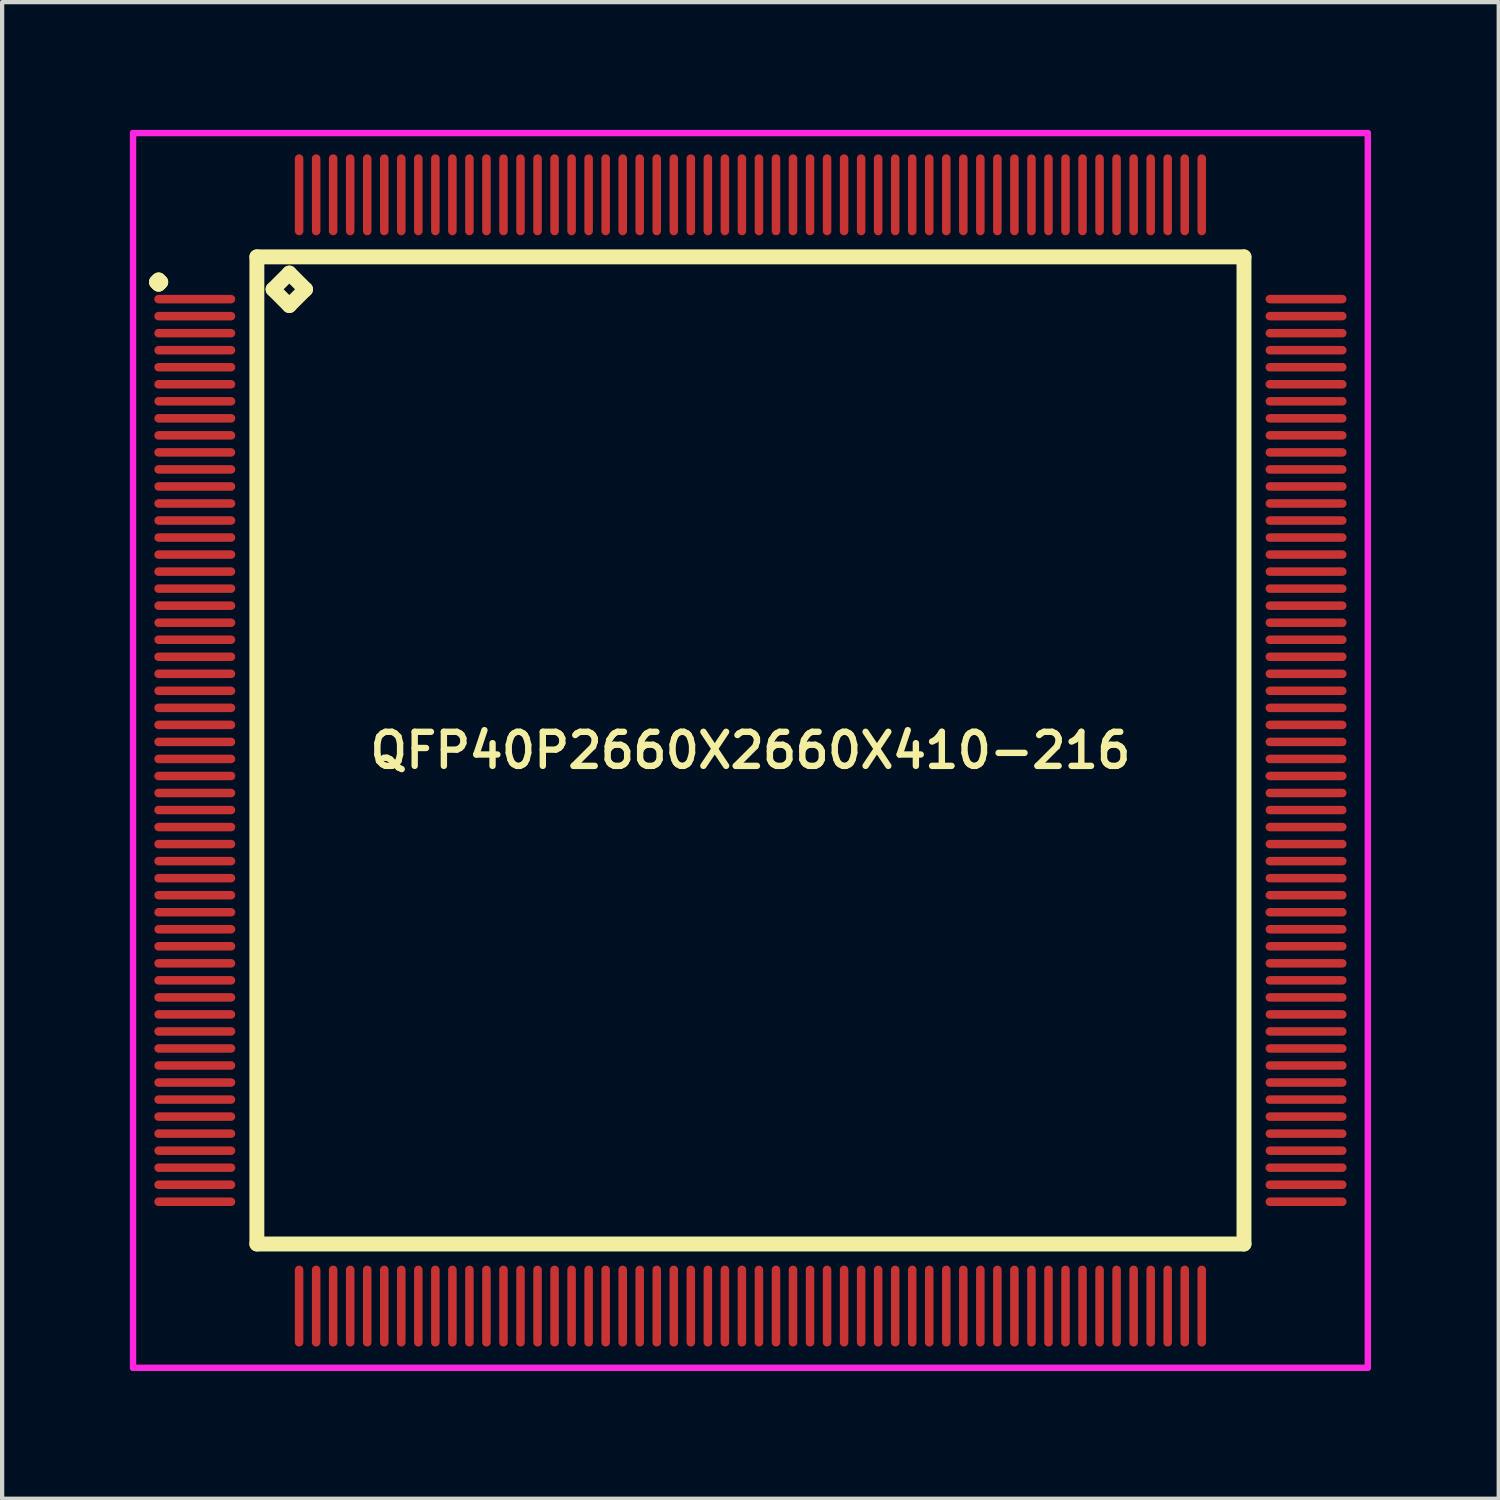
<source format=kicad_pcb>
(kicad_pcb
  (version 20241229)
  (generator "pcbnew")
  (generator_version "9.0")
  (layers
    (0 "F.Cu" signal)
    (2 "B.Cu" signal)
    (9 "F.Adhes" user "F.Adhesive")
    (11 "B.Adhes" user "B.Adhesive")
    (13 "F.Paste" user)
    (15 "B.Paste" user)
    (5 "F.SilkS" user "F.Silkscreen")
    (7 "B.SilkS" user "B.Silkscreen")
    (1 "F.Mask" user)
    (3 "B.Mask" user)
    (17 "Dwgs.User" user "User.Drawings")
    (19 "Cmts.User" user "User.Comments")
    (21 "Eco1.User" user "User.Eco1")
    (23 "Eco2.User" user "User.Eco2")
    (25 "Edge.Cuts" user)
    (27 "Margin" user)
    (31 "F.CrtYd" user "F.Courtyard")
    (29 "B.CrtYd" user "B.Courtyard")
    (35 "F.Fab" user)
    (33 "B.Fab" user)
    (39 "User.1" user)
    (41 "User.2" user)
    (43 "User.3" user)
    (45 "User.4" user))
  (footprint "QFP40P2660X2660X410-216"
    (layer "F.Cu")
    (at 14.575 14.575)
    (property "Reference" "QFP40P2660X2660X410-216" (at 0 0 0) (layer "F.SilkS") (effects (font (size 0.8 0.8) (thickness 0.15))))
    (attr smd)
    (fp_line (start -13.95 -11) (end -13.9 -11.05) (stroke (width 0.35) (type solid)) (layer "F.SilkS"))
    (fp_line (start -13.9 -11.05) (end -13.85 -11) (stroke (width 0.35) (type solid)) (layer "F.SilkS"))
    (fp_line (start -13.9 -10.95) (end -13.95 -11) (stroke (width 0.35) (type solid)) (layer "F.SilkS"))
    (fp_line (start -13.85 -11) (end -13.9 -10.95) (stroke (width 0.35) (type solid)) (layer "F.SilkS"))
    (fp_line (start -11.592 -11.592) (end -11.592 11.592) (stroke (width 0.35) (type solid)) (layer "F.SilkS"))
    (fp_line (start -11.592 11.592) (end 11.592 11.592) (stroke (width 0.35) (type solid)) (layer "F.SilkS"))
    (fp_line (start -11.211 -10.83) (end -10.83 -11.211) (stroke (width 0.35) (type solid)) (layer "F.SilkS"))
    (fp_line (start -10.83 -11.211) (end -10.449 -10.83) (stroke (width 0.35) (type solid)) (layer "F.SilkS"))
    (fp_line (start -10.83 -10.449) (end -11.211 -10.83) (stroke (width 0.35) (type solid)) (layer "F.SilkS"))
    (fp_line (start -10.449 -10.83) (end -10.83 -10.449) (stroke (width 0.35) (type solid)) (layer "F.SilkS"))
    (fp_line (start 11.592 -11.592) (end -11.592 -11.592) (stroke (width 0.35) (type solid)) (layer "F.SilkS"))
    (fp_line (start 11.592 11.592) (end 11.592 -11.592) (stroke (width 0.35) (type solid)) (layer "F.SilkS"))
    (fp_line (start -14.5 -14.5) (end 14.5 -14.5) (stroke (width 0.15) (type solid)) (layer "F.CrtYd"))
    (fp_line (start -14.5 14.5) (end -14.5 -14.5) (stroke (width 0.15) (type solid)) (layer "F.CrtYd"))
    (fp_line (start 14.5 -14.5) (end 14.5 14.5) (stroke (width 0.15) (type solid)) (layer "F.CrtYd"))
    (fp_line (start 14.5 14.5) (end -14.5 14.5) (stroke (width 0.15) (type solid)) (layer "F.CrtYd"))
    (pad "1" smd oval (at -13.05 -10.6) (size 1.9 0.2) (layers "F.Cu" "F.Mask" "F.Paste"))
    (pad "2" smd oval (at -13.05 -10.2) (size 1.9 0.2) (layers "F.Cu" "F.Mask" "F.Paste"))
    (pad "3" smd oval (at -13.05 -9.8) (size 1.9 0.2) (layers "F.Cu" "F.Mask" "F.Paste"))
    (pad "4" smd oval (at -13.05 -9.4) (size 1.9 0.2) (layers "F.Cu" "F.Mask" "F.Paste"))
    (pad "5" smd oval (at -13.05 -9) (size 1.9 0.2) (layers "F.Cu" "F.Mask" "F.Paste"))
    (pad "6" smd oval (at -13.05 -8.6) (size 1.9 0.2) (layers "F.Cu" "F.Mask" "F.Paste"))
    (pad "7" smd oval (at -13.05 -8.2) (size 1.9 0.2) (layers "F.Cu" "F.Mask" "F.Paste"))
    (pad "8" smd oval (at -13.05 -7.8) (size 1.9 0.2) (layers "F.Cu" "F.Mask" "F.Paste"))
    (pad "9" smd oval (at -13.05 -7.4) (size 1.9 0.2) (layers "F.Cu" "F.Mask" "F.Paste"))
    (pad "10" smd oval (at -13.05 -7) (size 1.9 0.2) (layers "F.Cu" "F.Mask" "F.Paste"))
    (pad "11" smd oval (at -13.05 -6.6) (size 1.9 0.2) (layers "F.Cu" "F.Mask" "F.Paste"))
    (pad "12" smd oval (at -13.05 -6.2) (size 1.9 0.2) (layers "F.Cu" "F.Mask" "F.Paste"))
    (pad "13" smd oval (at -13.05 -5.8) (size 1.9 0.2) (layers "F.Cu" "F.Mask" "F.Paste"))
    (pad "14" smd oval (at -13.05 -5.4) (size 1.9 0.2) (layers "F.Cu" "F.Mask" "F.Paste"))
    (pad "15" smd oval (at -13.05 -5) (size 1.9 0.2) (layers "F.Cu" "F.Mask" "F.Paste"))
    (pad "16" smd oval (at -13.05 -4.6) (size 1.9 0.2) (layers "F.Cu" "F.Mask" "F.Paste"))
    (pad "17" smd oval (at -13.05 -4.2) (size 1.9 0.2) (layers "F.Cu" "F.Mask" "F.Paste"))
    (pad "18" smd oval (at -13.05 -3.8) (size 1.9 0.2) (layers "F.Cu" "F.Mask" "F.Paste"))
    (pad "19" smd oval (at -13.05 -3.4) (size 1.9 0.2) (layers "F.Cu" "F.Mask" "F.Paste"))
    (pad "20" smd oval (at -13.05 -3) (size 1.9 0.2) (layers "F.Cu" "F.Mask" "F.Paste"))
    (pad "21" smd oval (at -13.05 -2.6) (size 1.9 0.2) (layers "F.Cu" "F.Mask" "F.Paste"))
    (pad "22" smd oval (at -13.05 -2.2) (size 1.9 0.2) (layers "F.Cu" "F.Mask" "F.Paste"))
    (pad "23" smd oval (at -13.05 -1.8) (size 1.9 0.2) (layers "F.Cu" "F.Mask" "F.Paste"))
    (pad "24" smd oval (at -13.05 -1.4) (size 1.9 0.2) (layers "F.Cu" "F.Mask" "F.Paste"))
    (pad "25" smd oval (at -13.05 -1) (size 1.9 0.2) (layers "F.Cu" "F.Mask" "F.Paste"))
    (pad "26" smd oval (at -13.05 -0.6) (size 1.9 0.2) (layers "F.Cu" "F.Mask" "F.Paste"))
    (pad "27" smd oval (at -13.05 -0.2) (size 1.9 0.2) (layers "F.Cu" "F.Mask" "F.Paste"))
    (pad "28" smd oval (at -13.05 0.2) (size 1.9 0.2) (layers "F.Cu" "F.Mask" "F.Paste"))
    (pad "29" smd oval (at -13.05 0.6) (size 1.9 0.2) (layers "F.Cu" "F.Mask" "F.Paste"))
    (pad "30" smd oval (at -13.05 1) (size 1.9 0.2) (layers "F.Cu" "F.Mask" "F.Paste"))
    (pad "31" smd oval (at -13.05 1.4) (size 1.9 0.2) (layers "F.Cu" "F.Mask" "F.Paste"))
    (pad "32" smd oval (at -13.05 1.8) (size 1.9 0.2) (layers "F.Cu" "F.Mask" "F.Paste"))
    (pad "33" smd oval (at -13.05 2.2) (size 1.9 0.2) (layers "F.Cu" "F.Mask" "F.Paste"))
    (pad "34" smd oval (at -13.05 2.6) (size 1.9 0.2) (layers "F.Cu" "F.Mask" "F.Paste"))
    (pad "35" smd oval (at -13.05 3) (size 1.9 0.2) (layers "F.Cu" "F.Mask" "F.Paste"))
    (pad "36" smd oval (at -13.05 3.4) (size 1.9 0.2) (layers "F.Cu" "F.Mask" "F.Paste"))
    (pad "37" smd oval (at -13.05 3.8) (size 1.9 0.2) (layers "F.Cu" "F.Mask" "F.Paste"))
    (pad "38" smd oval (at -13.05 4.2) (size 1.9 0.2) (layers "F.Cu" "F.Mask" "F.Paste"))
    (pad "39" smd oval (at -13.05 4.6) (size 1.9 0.2) (layers "F.Cu" "F.Mask" "F.Paste"))
    (pad "40" smd oval (at -13.05 5) (size 1.9 0.2) (layers "F.Cu" "F.Mask" "F.Paste"))
    (pad "41" smd oval (at -13.05 5.4) (size 1.9 0.2) (layers "F.Cu" "F.Mask" "F.Paste"))
    (pad "42" smd oval (at -13.05 5.8) (size 1.9 0.2) (layers "F.Cu" "F.Mask" "F.Paste"))
    (pad "43" smd oval (at -13.05 6.2) (size 1.9 0.2) (layers "F.Cu" "F.Mask" "F.Paste"))
    (pad "44" smd oval (at -13.05 6.6) (size 1.9 0.2) (layers "F.Cu" "F.Mask" "F.Paste"))
    (pad "45" smd oval (at -13.05 7) (size 1.9 0.2) (layers "F.Cu" "F.Mask" "F.Paste"))
    (pad "46" smd oval (at -13.05 7.4) (size 1.9 0.2) (layers "F.Cu" "F.Mask" "F.Paste"))
    (pad "47" smd oval (at -13.05 7.8) (size 1.9 0.2) (layers "F.Cu" "F.Mask" "F.Paste"))
    (pad "48" smd oval (at -13.05 8.2) (size 1.9 0.2) (layers "F.Cu" "F.Mask" "F.Paste"))
    (pad "49" smd oval (at -13.05 8.6) (size 1.9 0.2) (layers "F.Cu" "F.Mask" "F.Paste"))
    (pad "50" smd oval (at -13.05 9) (size 1.9 0.2) (layers "F.Cu" "F.Mask" "F.Paste"))
    (pad "51" smd oval (at -13.05 9.4) (size 1.9 0.2) (layers "F.Cu" "F.Mask" "F.Paste"))
    (pad "52" smd oval (at -13.05 9.8) (size 1.9 0.2) (layers "F.Cu" "F.Mask" "F.Paste"))
    (pad "53" smd oval (at -13.05 10.2) (size 1.9 0.2) (layers "F.Cu" "F.Mask" "F.Paste"))
    (pad "54" smd oval (at -13.05 10.6) (size 1.9 0.2) (layers "F.Cu" "F.Mask" "F.Paste"))
    (pad "55" smd oval (at -10.6 13.05) (size 0.2 1.9) (layers "F.Cu" "F.Mask" "F.Paste"))
    (pad "56" smd oval (at -10.2 13.05) (size 0.2 1.9) (layers "F.Cu" "F.Mask" "F.Paste"))
    (pad "57" smd oval (at -9.8 13.05) (size 0.2 1.9) (layers "F.Cu" "F.Mask" "F.Paste"))
    (pad "58" smd oval (at -9.4 13.05) (size 0.2 1.9) (layers "F.Cu" "F.Mask" "F.Paste"))
    (pad "59" smd oval (at -9 13.05) (size 0.2 1.9) (layers "F.Cu" "F.Mask" "F.Paste"))
    (pad "60" smd oval (at -8.6 13.05) (size 0.2 1.9) (layers "F.Cu" "F.Mask" "F.Paste"))
    (pad "61" smd oval (at -8.2 13.05) (size 0.2 1.9) (layers "F.Cu" "F.Mask" "F.Paste"))
    (pad "62" smd oval (at -7.8 13.05) (size 0.2 1.9) (layers "F.Cu" "F.Mask" "F.Paste"))
    (pad "63" smd oval (at -7.4 13.05) (size 0.2 1.9) (layers "F.Cu" "F.Mask" "F.Paste"))
    (pad "64" smd oval (at -7 13.05) (size 0.2 1.9) (layers "F.Cu" "F.Mask" "F.Paste"))
    (pad "65" smd oval (at -6.6 13.05) (size 0.2 1.9) (layers "F.Cu" "F.Mask" "F.Paste"))
    (pad "66" smd oval (at -6.2 13.05) (size 0.2 1.9) (layers "F.Cu" "F.Mask" "F.Paste"))
    (pad "67" smd oval (at -5.8 13.05) (size 0.2 1.9) (layers "F.Cu" "F.Mask" "F.Paste"))
    (pad "68" smd oval (at -5.4 13.05) (size 0.2 1.9) (layers "F.Cu" "F.Mask" "F.Paste"))
    (pad "69" smd oval (at -5 13.05) (size 0.2 1.9) (layers "F.Cu" "F.Mask" "F.Paste"))
    (pad "70" smd oval (at -4.6 13.05) (size 0.2 1.9) (layers "F.Cu" "F.Mask" "F.Paste"))
    (pad "71" smd oval (at -4.2 13.05) (size 0.2 1.9) (layers "F.Cu" "F.Mask" "F.Paste"))
    (pad "72" smd oval (at -3.8 13.05) (size 0.2 1.9) (layers "F.Cu" "F.Mask" "F.Paste"))
    (pad "73" smd oval (at -3.4 13.05) (size 0.2 1.9) (layers "F.Cu" "F.Mask" "F.Paste"))
    (pad "74" smd oval (at -3 13.05) (size 0.2 1.9) (layers "F.Cu" "F.Mask" "F.Paste"))
    (pad "75" smd oval (at -2.6 13.05) (size 0.2 1.9) (layers "F.Cu" "F.Mask" "F.Paste"))
    (pad "76" smd oval (at -2.2 13.05) (size 0.2 1.9) (layers "F.Cu" "F.Mask" "F.Paste"))
    (pad "77" smd oval (at -1.8 13.05) (size 0.2 1.9) (layers "F.Cu" "F.Mask" "F.Paste"))
    (pad "78" smd oval (at -1.4 13.05) (size 0.2 1.9) (layers "F.Cu" "F.Mask" "F.Paste"))
    (pad "79" smd oval (at -1 13.05) (size 0.2 1.9) (layers "F.Cu" "F.Mask" "F.Paste"))
    (pad "80" smd oval (at -0.6 13.05) (size 0.2 1.9) (layers "F.Cu" "F.Mask" "F.Paste"))
    (pad "81" smd oval (at -0.2 13.05) (size 0.2 1.9) (layers "F.Cu" "F.Mask" "F.Paste"))
    (pad "82" smd oval (at 0.2 13.05) (size 0.2 1.9) (layers "F.Cu" "F.Mask" "F.Paste"))
    (pad "83" smd oval (at 0.6 13.05) (size 0.2 1.9) (layers "F.Cu" "F.Mask" "F.Paste"))
    (pad "84" smd oval (at 1 13.05) (size 0.2 1.9) (layers "F.Cu" "F.Mask" "F.Paste"))
    (pad "85" smd oval (at 1.4 13.05) (size 0.2 1.9) (layers "F.Cu" "F.Mask" "F.Paste"))
    (pad "86" smd oval (at 1.8 13.05) (size 0.2 1.9) (layers "F.Cu" "F.Mask" "F.Paste"))
    (pad "87" smd oval (at 2.2 13.05) (size 0.2 1.9) (layers "F.Cu" "F.Mask" "F.Paste"))
    (pad "88" smd oval (at 2.6 13.05) (size 0.2 1.9) (layers "F.Cu" "F.Mask" "F.Paste"))
    (pad "89" smd oval (at 3 13.05) (size 0.2 1.9) (layers "F.Cu" "F.Mask" "F.Paste"))
    (pad "90" smd oval (at 3.4 13.05) (size 0.2 1.9) (layers "F.Cu" "F.Mask" "F.Paste"))
    (pad "91" smd oval (at 3.8 13.05) (size 0.2 1.9) (layers "F.Cu" "F.Mask" "F.Paste"))
    (pad "92" smd oval (at 4.2 13.05) (size 0.2 1.9) (layers "F.Cu" "F.Mask" "F.Paste"))
    (pad "93" smd oval (at 4.6 13.05) (size 0.2 1.9) (layers "F.Cu" "F.Mask" "F.Paste"))
    (pad "94" smd oval (at 5 13.05) (size 0.2 1.9) (layers "F.Cu" "F.Mask" "F.Paste"))
    (pad "95" smd oval (at 5.4 13.05) (size 0.2 1.9) (layers "F.Cu" "F.Mask" "F.Paste"))
    (pad "96" smd oval (at 5.8 13.05) (size 0.2 1.9) (layers "F.Cu" "F.Mask" "F.Paste"))
    (pad "97" smd oval (at 6.2 13.05) (size 0.2 1.9) (layers "F.Cu" "F.Mask" "F.Paste"))
    (pad "98" smd oval (at 6.6 13.05) (size 0.2 1.9) (layers "F.Cu" "F.Mask" "F.Paste"))
    (pad "99" smd oval (at 7 13.05) (size 0.2 1.9) (layers "F.Cu" "F.Mask" "F.Paste"))
    (pad "100" smd oval (at 7.4 13.05) (size 0.2 1.9) (layers "F.Cu" "F.Mask" "F.Paste"))
    (pad "101" smd oval (at 7.8 13.05) (size 0.2 1.9) (layers "F.Cu" "F.Mask" "F.Paste"))
    (pad "102" smd oval (at 8.2 13.05) (size 0.2 1.9) (layers "F.Cu" "F.Mask" "F.Paste"))
    (pad "103" smd oval (at 8.6 13.05) (size 0.2 1.9) (layers "F.Cu" "F.Mask" "F.Paste"))
    (pad "104" smd oval (at 9 13.05) (size 0.2 1.9) (layers "F.Cu" "F.Mask" "F.Paste"))
    (pad "105" smd oval (at 9.4 13.05) (size 0.2 1.9) (layers "F.Cu" "F.Mask" "F.Paste"))
    (pad "106" smd oval (at 9.8 13.05) (size 0.2 1.9) (layers "F.Cu" "F.Mask" "F.Paste"))
    (pad "107" smd oval (at 10.2 13.05) (size 0.2 1.9) (layers "F.Cu" "F.Mask" "F.Paste"))
    (pad "108" smd oval (at 10.6 13.05) (size 0.2 1.9) (layers "F.Cu" "F.Mask" "F.Paste"))
    (pad "109" smd oval (at 13.05 10.6) (size 1.9 0.2) (layers "F.Cu" "F.Mask" "F.Paste"))
    (pad "110" smd oval (at 13.05 10.2) (size 1.9 0.2) (layers "F.Cu" "F.Mask" "F.Paste"))
    (pad "111" smd oval (at 13.05 9.8) (size 1.9 0.2) (layers "F.Cu" "F.Mask" "F.Paste"))
    (pad "112" smd oval (at 13.05 9.4) (size 1.9 0.2) (layers "F.Cu" "F.Mask" "F.Paste"))
    (pad "113" smd oval (at 13.05 9) (size 1.9 0.2) (layers "F.Cu" "F.Mask" "F.Paste"))
    (pad "114" smd oval (at 13.05 8.6) (size 1.9 0.2) (layers "F.Cu" "F.Mask" "F.Paste"))
    (pad "115" smd oval (at 13.05 8.2) (size 1.9 0.2) (layers "F.Cu" "F.Mask" "F.Paste"))
    (pad "116" smd oval (at 13.05 7.8) (size 1.9 0.2) (layers "F.Cu" "F.Mask" "F.Paste"))
    (pad "117" smd oval (at 13.05 7.4) (size 1.9 0.2) (layers "F.Cu" "F.Mask" "F.Paste"))
    (pad "118" smd oval (at 13.05 7) (size 1.9 0.2) (layers "F.Cu" "F.Mask" "F.Paste"))
    (pad "119" smd oval (at 13.05 6.6) (size 1.9 0.2) (layers "F.Cu" "F.Mask" "F.Paste"))
    (pad "120" smd oval (at 13.05 6.2) (size 1.9 0.2) (layers "F.Cu" "F.Mask" "F.Paste"))
    (pad "121" smd oval (at 13.05 5.8) (size 1.9 0.2) (layers "F.Cu" "F.Mask" "F.Paste"))
    (pad "122" smd oval (at 13.05 5.4) (size 1.9 0.2) (layers "F.Cu" "F.Mask" "F.Paste"))
    (pad "123" smd oval (at 13.05 5) (size 1.9 0.2) (layers "F.Cu" "F.Mask" "F.Paste"))
    (pad "124" smd oval (at 13.05 4.6) (size 1.9 0.2) (layers "F.Cu" "F.Mask" "F.Paste"))
    (pad "125" smd oval (at 13.05 4.2) (size 1.9 0.2) (layers "F.Cu" "F.Mask" "F.Paste"))
    (pad "126" smd oval (at 13.05 3.8) (size 1.9 0.2) (layers "F.Cu" "F.Mask" "F.Paste"))
    (pad "127" smd oval (at 13.05 3.4) (size 1.9 0.2) (layers "F.Cu" "F.Mask" "F.Paste"))
    (pad "128" smd oval (at 13.05 3) (size 1.9 0.2) (layers "F.Cu" "F.Mask" "F.Paste"))
    (pad "129" smd oval (at 13.05 2.6) (size 1.9 0.2) (layers "F.Cu" "F.Mask" "F.Paste"))
    (pad "130" smd oval (at 13.05 2.2) (size 1.9 0.2) (layers "F.Cu" "F.Mask" "F.Paste"))
    (pad "131" smd oval (at 13.05 1.8) (size 1.9 0.2) (layers "F.Cu" "F.Mask" "F.Paste"))
    (pad "132" smd oval (at 13.05 1.4) (size 1.9 0.2) (layers "F.Cu" "F.Mask" "F.Paste"))
    (pad "133" smd oval (at 13.05 1) (size 1.9 0.2) (layers "F.Cu" "F.Mask" "F.Paste"))
    (pad "134" smd oval (at 13.05 0.6) (size 1.9 0.2) (layers "F.Cu" "F.Mask" "F.Paste"))
    (pad "135" smd oval (at 13.05 0.2) (size 1.9 0.2) (layers "F.Cu" "F.Mask" "F.Paste"))
    (pad "136" smd oval (at 13.05 -0.2) (size 1.9 0.2) (layers "F.Cu" "F.Mask" "F.Paste"))
    (pad "137" smd oval (at 13.05 -0.6) (size 1.9 0.2) (layers "F.Cu" "F.Mask" "F.Paste"))
    (pad "138" smd oval (at 13.05 -1) (size 1.9 0.2) (layers "F.Cu" "F.Mask" "F.Paste"))
    (pad "139" smd oval (at 13.05 -1.4) (size 1.9 0.2) (layers "F.Cu" "F.Mask" "F.Paste"))
    (pad "140" smd oval (at 13.05 -1.8) (size 1.9 0.2) (layers "F.Cu" "F.Mask" "F.Paste"))
    (pad "141" smd oval (at 13.05 -2.2) (size 1.9 0.2) (layers "F.Cu" "F.Mask" "F.Paste"))
    (pad "142" smd oval (at 13.05 -2.6) (size 1.9 0.2) (layers "F.Cu" "F.Mask" "F.Paste"))
    (pad "143" smd oval (at 13.05 -3) (size 1.9 0.2) (layers "F.Cu" "F.Mask" "F.Paste"))
    (pad "144" smd oval (at 13.05 -3.4) (size 1.9 0.2) (layers "F.Cu" "F.Mask" "F.Paste"))
    (pad "145" smd oval (at 13.05 -3.8) (size 1.9 0.2) (layers "F.Cu" "F.Mask" "F.Paste"))
    (pad "146" smd oval (at 13.05 -4.2) (size 1.9 0.2) (layers "F.Cu" "F.Mask" "F.Paste"))
    (pad "147" smd oval (at 13.05 -4.6) (size 1.9 0.2) (layers "F.Cu" "F.Mask" "F.Paste"))
    (pad "148" smd oval (at 13.05 -5) (size 1.9 0.2) (layers "F.Cu" "F.Mask" "F.Paste"))
    (pad "149" smd oval (at 13.05 -5.4) (size 1.9 0.2) (layers "F.Cu" "F.Mask" "F.Paste"))
    (pad "150" smd oval (at 13.05 -5.8) (size 1.9 0.2) (layers "F.Cu" "F.Mask" "F.Paste"))
    (pad "151" smd oval (at 13.05 -6.2) (size 1.9 0.2) (layers "F.Cu" "F.Mask" "F.Paste"))
    (pad "152" smd oval (at 13.05 -6.6) (size 1.9 0.2) (layers "F.Cu" "F.Mask" "F.Paste"))
    (pad "153" smd oval (at 13.05 -7) (size 1.9 0.2) (layers "F.Cu" "F.Mask" "F.Paste"))
    (pad "154" smd oval (at 13.05 -7.4) (size 1.9 0.2) (layers "F.Cu" "F.Mask" "F.Paste"))
    (pad "155" smd oval (at 13.05 -7.8) (size 1.9 0.2) (layers "F.Cu" "F.Mask" "F.Paste"))
    (pad "156" smd oval (at 13.05 -8.2) (size 1.9 0.2) (layers "F.Cu" "F.Mask" "F.Paste"))
    (pad "157" smd oval (at 13.05 -8.6) (size 1.9 0.2) (layers "F.Cu" "F.Mask" "F.Paste"))
    (pad "158" smd oval (at 13.05 -9) (size 1.9 0.2) (layers "F.Cu" "F.Mask" "F.Paste"))
    (pad "159" smd oval (at 13.05 -9.4) (size 1.9 0.2) (layers "F.Cu" "F.Mask" "F.Paste"))
    (pad "160" smd oval (at 13.05 -9.8) (size 1.9 0.2) (layers "F.Cu" "F.Mask" "F.Paste"))
    (pad "161" smd oval (at 13.05 -10.2) (size 1.9 0.2) (layers "F.Cu" "F.Mask" "F.Paste"))
    (pad "162" smd oval (at 13.05 -10.6) (size 1.9 0.2) (layers "F.Cu" "F.Mask" "F.Paste"))
    (pad "163" smd oval (at 10.6 -13.05) (size 0.2 1.9) (layers "F.Cu" "F.Mask" "F.Paste"))
    (pad "164" smd oval (at 10.2 -13.05) (size 0.2 1.9) (layers "F.Cu" "F.Mask" "F.Paste"))
    (pad "165" smd oval (at 9.8 -13.05) (size 0.2 1.9) (layers "F.Cu" "F.Mask" "F.Paste"))
    (pad "166" smd oval (at 9.4 -13.05) (size 0.2 1.9) (layers "F.Cu" "F.Mask" "F.Paste"))
    (pad "167" smd oval (at 9 -13.05) (size 0.2 1.9) (layers "F.Cu" "F.Mask" "F.Paste"))
    (pad "168" smd oval (at 8.6 -13.05) (size 0.2 1.9) (layers "F.Cu" "F.Mask" "F.Paste"))
    (pad "169" smd oval (at 8.2 -13.05) (size 0.2 1.9) (layers "F.Cu" "F.Mask" "F.Paste"))
    (pad "170" smd oval (at 7.8 -13.05) (size 0.2 1.9) (layers "F.Cu" "F.Mask" "F.Paste"))
    (pad "171" smd oval (at 7.4 -13.05) (size 0.2 1.9) (layers "F.Cu" "F.Mask" "F.Paste"))
    (pad "172" smd oval (at 7 -13.05) (size 0.2 1.9) (layers "F.Cu" "F.Mask" "F.Paste"))
    (pad "173" smd oval (at 6.6 -13.05) (size 0.2 1.9) (layers "F.Cu" "F.Mask" "F.Paste"))
    (pad "174" smd oval (at 6.2 -13.05) (size 0.2 1.9) (layers "F.Cu" "F.Mask" "F.Paste"))
    (pad "175" smd oval (at 5.8 -13.05) (size 0.2 1.9) (layers "F.Cu" "F.Mask" "F.Paste"))
    (pad "176" smd oval (at 5.4 -13.05) (size 0.2 1.9) (layers "F.Cu" "F.Mask" "F.Paste"))
    (pad "177" smd oval (at 5 -13.05) (size 0.2 1.9) (layers "F.Cu" "F.Mask" "F.Paste"))
    (pad "178" smd oval (at 4.6 -13.05) (size 0.2 1.9) (layers "F.Cu" "F.Mask" "F.Paste"))
    (pad "179" smd oval (at 4.2 -13.05) (size 0.2 1.9) (layers "F.Cu" "F.Mask" "F.Paste"))
    (pad "180" smd oval (at 3.8 -13.05) (size 0.2 1.9) (layers "F.Cu" "F.Mask" "F.Paste"))
    (pad "181" smd oval (at 3.4 -13.05) (size 0.2 1.9) (layers "F.Cu" "F.Mask" "F.Paste"))
    (pad "182" smd oval (at 3 -13.05) (size 0.2 1.9) (layers "F.Cu" "F.Mask" "F.Paste"))
    (pad "183" smd oval (at 2.6 -13.05) (size 0.2 1.9) (layers "F.Cu" "F.Mask" "F.Paste"))
    (pad "184" smd oval (at 2.2 -13.05) (size 0.2 1.9) (layers "F.Cu" "F.Mask" "F.Paste"))
    (pad "185" smd oval (at 1.8 -13.05) (size 0.2 1.9) (layers "F.Cu" "F.Mask" "F.Paste"))
    (pad "186" smd oval (at 1.4 -13.05) (size 0.2 1.9) (layers "F.Cu" "F.Mask" "F.Paste"))
    (pad "187" smd oval (at 1 -13.05) (size 0.2 1.9) (layers "F.Cu" "F.Mask" "F.Paste"))
    (pad "188" smd oval (at 0.6 -13.05) (size 0.2 1.9) (layers "F.Cu" "F.Mask" "F.Paste"))
    (pad "189" smd oval (at 0.2 -13.05) (size 0.2 1.9) (layers "F.Cu" "F.Mask" "F.Paste"))
    (pad "190" smd oval (at -0.2 -13.05) (size 0.2 1.9) (layers "F.Cu" "F.Mask" "F.Paste"))
    (pad "191" smd oval (at -0.6 -13.05) (size 0.2 1.9) (layers "F.Cu" "F.Mask" "F.Paste"))
    (pad "192" smd oval (at -1 -13.05) (size 0.2 1.9) (layers "F.Cu" "F.Mask" "F.Paste"))
    (pad "193" smd oval (at -1.4 -13.05) (size 0.2 1.9) (layers "F.Cu" "F.Mask" "F.Paste"))
    (pad "194" smd oval (at -1.8 -13.05) (size 0.2 1.9) (layers "F.Cu" "F.Mask" "F.Paste"))
    (pad "195" smd oval (at -2.2 -13.05) (size 0.2 1.9) (layers "F.Cu" "F.Mask" "F.Paste"))
    (pad "196" smd oval (at -2.6 -13.05) (size 0.2 1.9) (layers "F.Cu" "F.Mask" "F.Paste"))
    (pad "197" smd oval (at -3 -13.05) (size 0.2 1.9) (layers "F.Cu" "F.Mask" "F.Paste"))
    (pad "198" smd oval (at -3.4 -13.05) (size 0.2 1.9) (layers "F.Cu" "F.Mask" "F.Paste"))
    (pad "199" smd oval (at -3.8 -13.05) (size 0.2 1.9) (layers "F.Cu" "F.Mask" "F.Paste"))
    (pad "200" smd oval (at -4.2 -13.05) (size 0.2 1.9) (layers "F.Cu" "F.Mask" "F.Paste"))
    (pad "201" smd oval (at -4.6 -13.05) (size 0.2 1.9) (layers "F.Cu" "F.Mask" "F.Paste"))
    (pad "202" smd oval (at -5 -13.05) (size 0.2 1.9) (layers "F.Cu" "F.Mask" "F.Paste"))
    (pad "203" smd oval (at -5.4 -13.05) (size 0.2 1.9) (layers "F.Cu" "F.Mask" "F.Paste"))
    (pad "204" smd oval (at -5.8 -13.05) (size 0.2 1.9) (layers "F.Cu" "F.Mask" "F.Paste"))
    (pad "205" smd oval (at -6.2 -13.05) (size 0.2 1.9) (layers "F.Cu" "F.Mask" "F.Paste"))
    (pad "206" smd oval (at -6.6 -13.05) (size 0.2 1.9) (layers "F.Cu" "F.Mask" "F.Paste"))
    (pad "207" smd oval (at -7 -13.05) (size 0.2 1.9) (layers "F.Cu" "F.Mask" "F.Paste"))
    (pad "208" smd oval (at -7.4 -13.05) (size 0.2 1.9) (layers "F.Cu" "F.Mask" "F.Paste"))
    (pad "209" smd oval (at -7.8 -13.05) (size 0.2 1.9) (layers "F.Cu" "F.Mask" "F.Paste"))
    (pad "210" smd oval (at -8.2 -13.05) (size 0.2 1.9) (layers "F.Cu" "F.Mask" "F.Paste"))
    (pad "211" smd oval (at -8.6 -13.05) (size 0.2 1.9) (layers "F.Cu" "F.Mask" "F.Paste"))
    (pad "212" smd oval (at -9 -13.05) (size 0.2 1.9) (layers "F.Cu" "F.Mask" "F.Paste"))
    (pad "213" smd oval (at -9.4 -13.05) (size 0.2 1.9) (layers "F.Cu" "F.Mask" "F.Paste"))
    (pad "214" smd oval (at -9.8 -13.05) (size 0.2 1.9) (layers "F.Cu" "F.Mask" "F.Paste"))
    (pad "215" smd oval (at -10.2 -13.05) (size 0.2 1.9) (layers "F.Cu" "F.Mask" "F.Paste"))
    (pad "216" smd oval (at -10.6 -13.05) (size 0.2 1.9) (layers "F.Cu" "F.Mask" "F.Paste")))
  (gr_rect
    (start -3 -3)
    (end 32.15 32.15)
    (stroke (width 0.1) (type default))
    (fill no)
    (layer "Edge.Cuts")))
</source>
